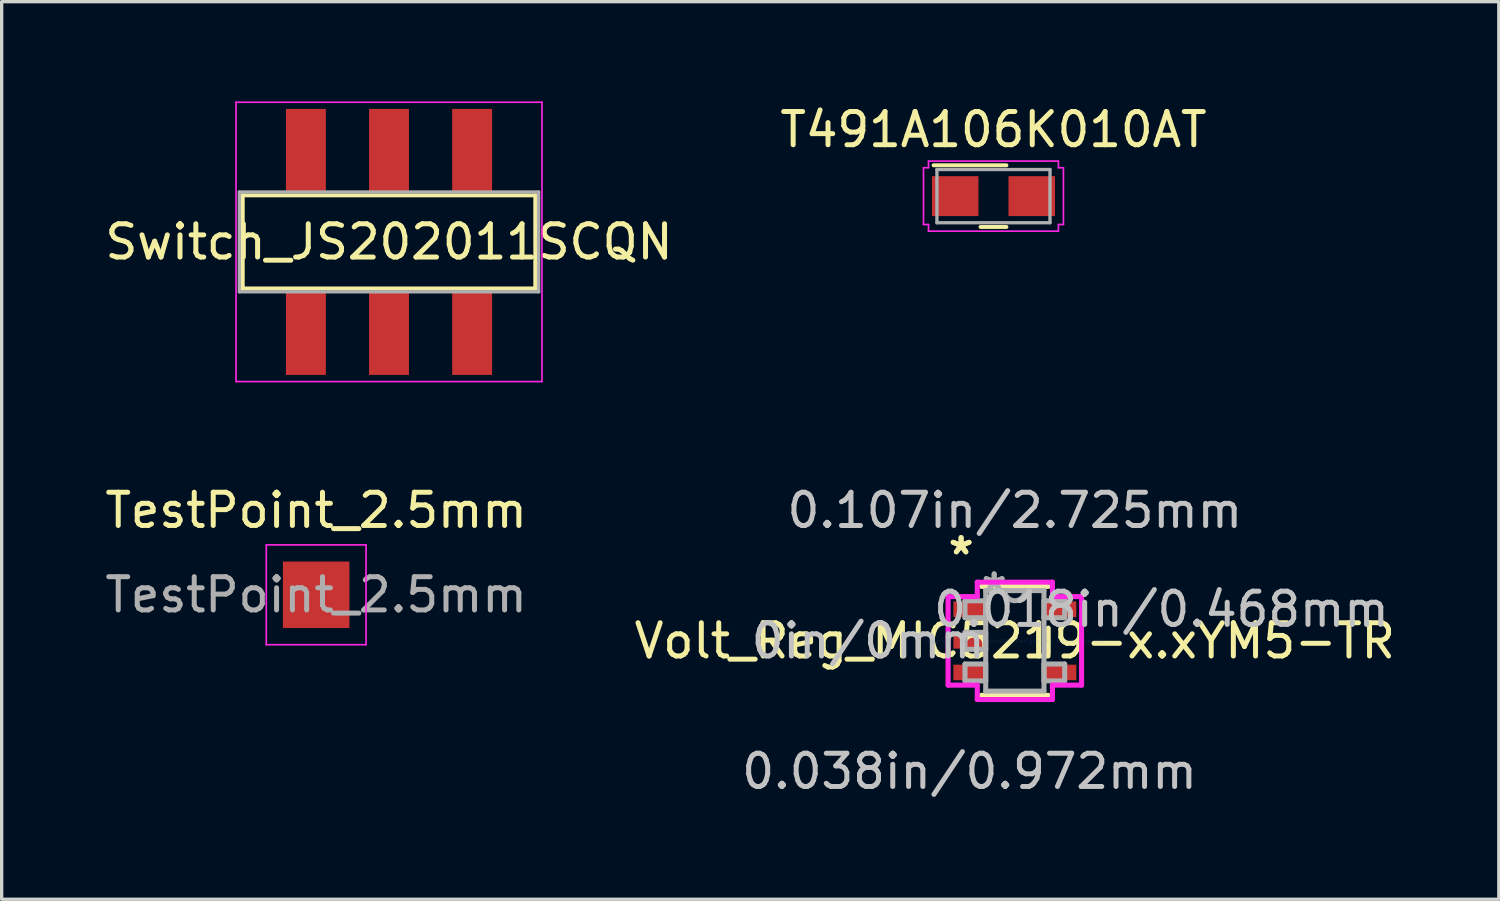
<source format=kicad_pcb>
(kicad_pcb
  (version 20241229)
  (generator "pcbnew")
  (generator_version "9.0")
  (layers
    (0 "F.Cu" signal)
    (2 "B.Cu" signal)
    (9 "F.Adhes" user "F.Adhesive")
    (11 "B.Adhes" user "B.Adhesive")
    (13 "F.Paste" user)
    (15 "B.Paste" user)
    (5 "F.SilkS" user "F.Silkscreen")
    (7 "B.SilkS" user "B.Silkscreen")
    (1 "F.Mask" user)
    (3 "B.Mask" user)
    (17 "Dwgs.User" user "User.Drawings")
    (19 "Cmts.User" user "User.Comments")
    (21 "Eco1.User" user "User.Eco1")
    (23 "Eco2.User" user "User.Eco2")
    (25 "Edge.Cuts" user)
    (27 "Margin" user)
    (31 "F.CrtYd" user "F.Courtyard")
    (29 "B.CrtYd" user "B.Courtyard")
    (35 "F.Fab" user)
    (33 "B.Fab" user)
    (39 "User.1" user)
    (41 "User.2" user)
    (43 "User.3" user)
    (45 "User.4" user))
  (footprint "Volt_Reg_MIC5219-x.xYM5-TR"
    (layer "F.Cu")
    (at 27.47 16.223)
    (property "Reference" "Volt_Reg_MIC5219-x.xYM5-TR" (at 0 0 0) (layer "F.SilkS") (effects (font (size 1 1) (thickness 0.15))))
    (attr through_hole)
    (fp_line (start -1.003 1.638) (end 1.003 1.638) (stroke (width 0.152) (type solid)) (layer "F.SilkS"))
    (fp_line (start 1.003 -1.638) (end -1.003 -1.638) (stroke (width 0.152) (type solid)) (layer "F.SilkS"))
    (fp_line (start 1.003 0.383) (end 1.003 -0.383) (stroke (width 0.152) (type solid)) (layer "F.SilkS"))
    (fp_line (start -2.007 -1.331) (end -1.13 -1.331) (stroke (width 0.152) (type solid)) (layer "F.CrtYd"))
    (fp_line (start -2.007 1.331) (end -2.007 -1.331) (stroke (width 0.152) (type solid)) (layer "F.CrtYd"))
    (fp_line (start -1.13 -1.765) (end 1.13 -1.765) (stroke (width 0.152) (type solid)) (layer "F.CrtYd"))
    (fp_line (start -1.13 -1.331) (end -1.13 -1.765) (stroke (width 0.152) (type solid)) (layer "F.CrtYd"))
    (fp_line (start -1.13 1.331) (end -2.007 1.331) (stroke (width 0.152) (type solid)) (layer "F.CrtYd"))
    (fp_line (start -1.13 1.765) (end -1.13 1.331) (stroke (width 0.152) (type solid)) (layer "F.CrtYd"))
    (fp_line (start 1.13 -1.765) (end 1.13 -1.331) (stroke (width 0.152) (type solid)) (layer "F.CrtYd"))
    (fp_line (start 1.13 -1.331) (end 2.007 -1.331) (stroke (width 0.152) (type solid)) (layer "F.CrtYd"))
    (fp_line (start 1.13 1.331) (end 1.13 1.765) (stroke (width 0.152) (type solid)) (layer "F.CrtYd"))
    (fp_line (start 1.13 1.765) (end -1.13 1.765) (stroke (width 0.152) (type solid)) (layer "F.CrtYd"))
    (fp_line (start 2.007 -1.331) (end 2.007 1.331) (stroke (width 0.152) (type solid)) (layer "F.CrtYd"))
    (fp_line (start 2.007 1.331) (end 1.13 1.331) (stroke (width 0.152) (type solid)) (layer "F.CrtYd"))
    (fp_line (start -1.499 -1.204) (end -1.499 -0.696) (stroke (width 0.152) (type solid)) (layer "F.Fab"))
    (fp_line (start -1.499 -0.696) (end -0.876 -0.696) (stroke (width 0.152) (type solid)) (layer "F.Fab"))
    (fp_line (start -1.499 -0.254) (end -1.499 0.254) (stroke (width 0.152) (type solid)) (layer "F.Fab"))
    (fp_line (start -1.499 0.254) (end -0.876 0.254) (stroke (width 0.152) (type solid)) (layer "F.Fab"))
    (fp_line (start -1.499 0.696) (end -1.499 1.204) (stroke (width 0.152) (type solid)) (layer "F.Fab"))
    (fp_line (start -1.499 1.204) (end -0.876 1.204) (stroke (width 0.152) (type solid)) (layer "F.Fab"))
    (fp_line (start -0.876 -1.511) (end -0.876 1.511) (stroke (width 0.152) (type solid)) (layer "F.Fab"))
    (fp_line (start -0.876 -1.204) (end -1.499 -1.204) (stroke (width 0.152) (type solid)) (layer "F.Fab"))
    (fp_line (start -0.876 -0.696) (end -0.876 -1.204) (stroke (width 0.152) (type solid)) (layer "F.Fab"))
    (fp_line (start -0.876 -0.254) (end -1.499 -0.254) (stroke (width 0.152) (type solid)) (layer "F.Fab"))
    (fp_line (start -0.876 0.254) (end -0.876 -0.254) (stroke (width 0.152) (type solid)) (layer "F.Fab"))
    (fp_line (start -0.876 0.696) (end -1.499 0.696) (stroke (width 0.152) (type solid)) (layer "F.Fab"))
    (fp_line (start -0.876 1.204) (end -0.876 0.696) (stroke (width 0.152) (type solid)) (layer "F.Fab"))
    (fp_line (start -0.876 1.511) (end 0.876 1.511) (stroke (width 0.152) (type solid)) (layer "F.Fab"))
    (fp_line (start 0.876 -1.511) (end -0.876 -1.511) (stroke (width 0.152) (type solid)) (layer "F.Fab"))
    (fp_line (start 0.876 -1.204) (end 0.876 -0.696) (stroke (width 0.152) (type solid)) (layer "F.Fab"))
    (fp_line (start 0.876 -0.696) (end 1.499 -0.696) (stroke (width 0.152) (type solid)) (layer "F.Fab"))
    (fp_line (start 0.876 0.696) (end 0.876 1.204) (stroke (width 0.152) (type solid)) (layer "F.Fab"))
    (fp_line (start 0.876 1.204) (end 1.499 1.204) (stroke (width 0.152) (type solid)) (layer "F.Fab"))
    (fp_line (start 0.876 1.511) (end 0.876 -1.511) (stroke (width 0.152) (type solid)) (layer "F.Fab"))
    (fp_line (start 1.499 -1.204) (end 0.876 -1.204) (stroke (width 0.152) (type solid)) (layer "F.Fab"))
    (fp_line (start 1.499 -0.696) (end 1.499 -1.204) (stroke (width 0.152) (type solid)) (layer "F.Fab"))
    (fp_line (start 1.499 0.696) (end 0.876 0.696) (stroke (width 0.152) (type solid)) (layer "F.Fab"))
    (fp_line (start 1.499 1.204) (end 1.499 0.696) (stroke (width 0.152) (type solid)) (layer "F.Fab"))
    (fp_arc (start 0.3048 -1.5113) (mid 0 -1.2065) (end -0.3048 -1.5113) (stroke (width 0.1524) (type solid)) (layer "F.Fab"))
    (fp_text user "*" (at -1.616 -2.561 0) (layer "F.SilkS") (effects (font (size 1 1) (thickness 0.15))))
    (fp_text user "*" (at -1.616 -2.561 0) (layer "F.SilkS") (effects (font (size 1 1) (thickness 0.15))))
    (fp_text user "0.107in/2.725mm" (at 0 -3.924 0) (layer "Dwgs.User") (effects (font (size 1 1) (thickness 0.15))))
    (fp_text user "0in/0mm" (at -4.41 0 0) (layer "Dwgs.User") (effects (font (size 1 1) (thickness 0.15))))
    (fp_text user "0.038in/0.972mm" (at -1.362 3.924 0) (layer "Dwgs.User") (effects (font (size 1 1) (thickness 0.15))))
    (fp_text user "0.018in/0.468mm" (at 4.41 -0.95 0) (layer "Dwgs.User") (effects (font (size 1 1) (thickness 0.15))))
    (fp_text user "Copyright 2016 Accelerated Designs. All rights reserved." (at 0 0 0) (layer "Cmts.User") (effects (font (size 0.127 0.127) (thickness 0.002))))
    (fp_text user "*" (at -0.622 -1.469 0) (layer "F.Fab") (effects (font (size 1 1) (thickness 0.15))))
    (fp_text user "*" (at -0.622 -1.469 0) (layer "F.Fab") (effects (font (size 1 1) (thickness 0.15))))
    (pad "1" smd rect (at -1.362 -0.95) (size 0.972 0.468) (layers "F.Cu" "F.Mask" "F.Paste"))
    (pad "2" smd rect (at -1.362 0) (size 0.972 0.468) (layers "F.Cu" "F.Mask" "F.Paste"))
    (pad "3" smd rect (at -1.362 0.95) (size 0.972 0.468) (layers "F.Cu" "F.Mask" "F.Paste"))
    (pad "4" smd rect (at 1.362 0.95) (size 0.972 0.468) (layers "F.Cu" "F.Mask" "F.Paste"))
    (pad "5" smd rect (at 1.362 -0.95) (size 0.972 0.468) (layers "F.Cu" "F.Mask" "F.Paste")))
  (footprint "TestPoint_2.5mm"
    (layer "F.Cu")
    (at 6.458 14.838)
    (property "Reference" "TestPoint_2.5mm" (at 0 -2.54 0) (layer "F.SilkS") (effects (font (size 1 1) (thickness 0.15))))
    (attr exclude_from_pos_files exclude_from_bom)
    (fp_line (start -1.5 -1.5) (end -1.5 1.5) (stroke (width 0.05) (type solid)) (layer "F.CrtYd"))
    (fp_line (start -1.5 -1.5) (end 1.5 -1.5) (stroke (width 0.05) (type solid)) (layer "F.CrtYd"))
    (fp_line (start 1.5 1.5) (end -1.5 1.5) (stroke (width 0.05) (type solid)) (layer "F.CrtYd"))
    (fp_line (start 1.5 1.5) (end 1.5 -1.5) (stroke (width 0.05) (type solid)) (layer "F.CrtYd"))
    (fp_text user "${REFERENCE}" (at 0 0 0) (layer "F.Fab") (effects (font (size 1 1) (thickness 0.15))))
    (pad "1" smd rect (at 0 0) (size 2 2) (layers "F.Cu" "F.Mask" "F.Paste")))
  (footprint "Switch_JS202011SCQN"
    (layer "F.Cu")
    (at 8.649 4.225)
    (property "Reference" "Switch_JS202011SCQN" (at 0 0 0) (layer "F.SilkS") (effects (font (size 1 1) (thickness 0.15))))
    (attr through_hole)
    (fp_line (start -4.4 -1.4) (end 4.4 -1.4) (stroke (width 0.12) (type solid)) (layer "F.SilkS"))
    (fp_line (start -4.4 1.4) (end -4.4 -1.4) (stroke (width 0.12) (type solid)) (layer "F.SilkS"))
    (fp_line (start 4.4 -1.4) (end 4.4 1.4) (stroke (width 0.12) (type solid)) (layer "F.SilkS"))
    (fp_line (start 4.4 1.4) (end -4.4 1.4) (stroke (width 0.12) (type solid)) (layer "F.SilkS"))
    (fp_line (start -4.6 -4.2) (end 4.6 -4.2) (stroke (width 0.05) (type solid)) (layer "F.CrtYd"))
    (fp_line (start -4.6 4.2) (end -4.6 -4.2) (stroke (width 0.05) (type solid)) (layer "F.CrtYd"))
    (fp_line (start 4.6 -4.2) (end 4.6 4.2) (stroke (width 0.05) (type solid)) (layer "F.CrtYd"))
    (fp_line (start 4.6 4.2) (end -4.6 4.2) (stroke (width 0.05) (type solid)) (layer "F.CrtYd"))
    (fp_line (start -4.5 -1.5) (end -4.5 1.5) (stroke (width 0.1) (type solid)) (layer "F.Fab"))
    (fp_line (start -4.5 1.5) (end 4.5 1.5) (stroke (width 0.1) (type solid)) (layer "F.Fab"))
    (fp_line (start 4.5 -1.5) (end -4.5 -1.5) (stroke (width 0.1) (type solid)) (layer "F.Fab"))
    (fp_line (start 4.5 1.5) (end 4.5 -1.5) (stroke (width 0.1) (type solid)) (layer "F.Fab"))
    (pad "1" smd rect (at -2.5 2.75) (size 1.2 2.5) (layers "F.Cu" "F.Mask" "F.Paste"))
    (pad "2" smd rect (at 0 2.75) (size 1.2 2.5) (layers "F.Cu" "F.Mask" "F.Paste"))
    (pad "3" smd rect (at 2.5 2.75) (size 1.2 2.5) (layers "F.Cu" "F.Mask" "F.Paste"))
    (pad "4" smd rect (at -2.5 -2.75) (size 1.2 2.5) (layers "F.Cu" "F.Mask" "F.Paste"))
    (pad "5" smd rect (at 0 -2.75) (size 1.2 2.5) (layers "F.Cu" "F.Mask" "F.Paste"))
    (pad "6" smd rect (at 2.5 -2.75) (size 1.2 2.5) (layers "F.Cu" "F.Mask" "F.Paste")))
  (footprint "T491A106K010AT"
    (layer "F.Cu")
    (at 26.827 2.848)
    (property "Reference" "T491A106K010AT" (at 0 -2 0) (layer "F.SilkS") (effects (font (size 1 1) (thickness 0.15))))
    (attr through_hole)
    (fp_line (start -0.389 0.927) (end 0.389 0.927) (stroke (width 0.12) (type solid)) (layer "F.SilkS"))
    (fp_line (start 0.389 -0.927) (end -1.8 -0.927) (stroke (width 0.12) (type solid)) (layer "F.SilkS"))
    (fp_line (start -2.104 -0.854) (end -1.954 -0.854) (stroke (width 0.05) (type solid)) (layer "F.CrtYd"))
    (fp_line (start -2.104 0.854) (end -2.104 -0.854) (stroke (width 0.05) (type solid)) (layer "F.CrtYd"))
    (fp_line (start -1.954 -1.054) (end 1.954 -1.054) (stroke (width 0.05) (type solid)) (layer "F.CrtYd"))
    (fp_line (start -1.954 -0.854) (end -1.954 -1.054) (stroke (width 0.05) (type solid)) (layer "F.CrtYd"))
    (fp_line (start -1.954 0.854) (end -2.104 0.854) (stroke (width 0.05) (type solid)) (layer "F.CrtYd"))
    (fp_line (start -1.954 1.054) (end -1.954 0.854) (stroke (width 0.05) (type solid)) (layer "F.CrtYd"))
    (fp_line (start 1.954 -1.054) (end 1.954 -0.854) (stroke (width 0.05) (type solid)) (layer "F.CrtYd"))
    (fp_line (start 1.954 -0.854) (end 2.104 -0.854) (stroke (width 0.05) (type solid)) (layer "F.CrtYd"))
    (fp_line (start 1.954 0.854) (end 1.954 1.054) (stroke (width 0.05) (type solid)) (layer "F.CrtYd"))
    (fp_line (start 1.954 1.054) (end -1.954 1.054) (stroke (width 0.05) (type solid)) (layer "F.CrtYd"))
    (fp_line (start 2.104 -0.854) (end 2.104 0.854) (stroke (width 0.05) (type solid)) (layer "F.CrtYd"))
    (fp_line (start 2.104 0.854) (end 1.954 0.854) (stroke (width 0.05) (type solid)) (layer "F.CrtYd"))
    (fp_line (start -1.7 -0.8) (end -1.7 0.8) (stroke (width 0.1) (type solid)) (layer "F.Fab"))
    (fp_line (start -1.7 0.8) (end 1.7 0.8) (stroke (width 0.1) (type solid)) (layer "F.Fab"))
    (fp_line (start 1.7 -0.8) (end -1.7 -0.8) (stroke (width 0.1) (type solid)) (layer "F.Fab"))
    (fp_line (start 1.7 0.8) (end 1.7 -0.8) (stroke (width 0.1) (type solid)) (layer "F.Fab"))
    (pad "1" smd rect (at -1.151 0 90) (size 1.2 1.399) (layers "F.Cu" "F.Mask" "F.Paste"))
    (pad "2" smd rect (at 1.151 0 90) (size 1.2 1.399) (layers "F.Cu" "F.Mask" "F.Paste")))
  (gr_rect
    (start -3 -3)
    (end 42.024 23.995)
    (stroke (width 0.1) (type default))
    (fill no)
    (layer "Edge.Cuts")))
</source>
